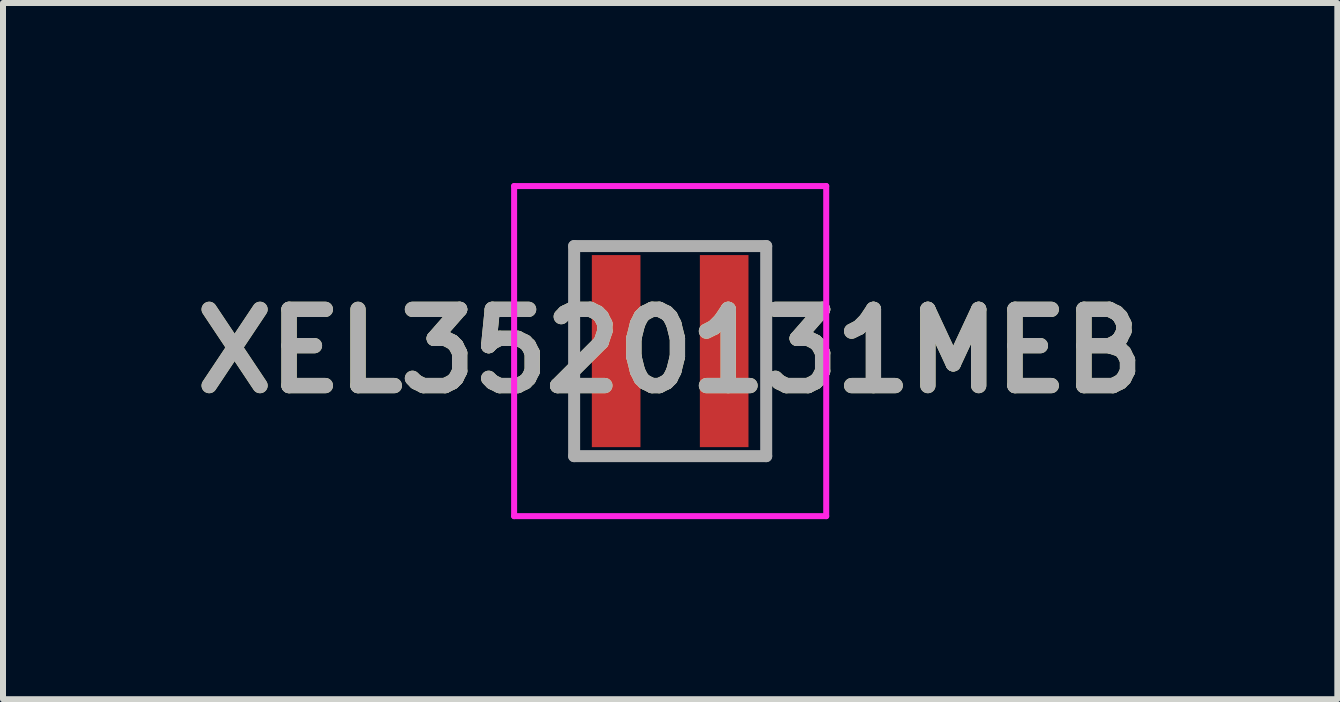
<source format=kicad_pcb>
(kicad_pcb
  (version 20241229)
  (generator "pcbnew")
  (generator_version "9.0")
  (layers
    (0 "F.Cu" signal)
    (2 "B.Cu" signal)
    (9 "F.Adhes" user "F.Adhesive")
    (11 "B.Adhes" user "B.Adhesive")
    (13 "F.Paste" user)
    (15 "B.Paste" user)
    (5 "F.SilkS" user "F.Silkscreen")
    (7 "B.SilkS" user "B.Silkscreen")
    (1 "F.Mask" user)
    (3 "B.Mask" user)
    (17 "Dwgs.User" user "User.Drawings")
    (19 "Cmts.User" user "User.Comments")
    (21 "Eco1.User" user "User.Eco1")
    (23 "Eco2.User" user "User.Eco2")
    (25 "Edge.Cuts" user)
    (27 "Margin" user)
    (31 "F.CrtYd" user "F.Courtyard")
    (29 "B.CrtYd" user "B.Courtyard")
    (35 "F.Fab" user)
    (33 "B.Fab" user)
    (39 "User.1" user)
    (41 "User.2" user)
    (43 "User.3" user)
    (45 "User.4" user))
  (footprint "XEL3520131MEB"
    (layer "F.Cu")
    (at 8.116 2.8)
    (property "Reference" "XEL3520131MEB" (at 0 0 0) (layer "F.SilkS") (effects (font (size 1.27 1.27) (thickness 0.254))))
    (attr smd)
    (fp_line (start -0.2 -1.75) (end 0.2 -1.75) (stroke (width 0.1) (type solid)) (layer "F.SilkS"))
    (fp_line (start -0.2 1.75) (end 0.2 1.75) (stroke (width 0.1) (type solid)) (layer "F.SilkS"))
    (fp_line (start -2.6 -2.75) (end 2.6 -2.75) (stroke (width 0.1) (type solid)) (layer "F.CrtYd"))
    (fp_line (start -2.6 2.75) (end -2.6 -2.75) (stroke (width 0.1) (type solid)) (layer "F.CrtYd"))
    (fp_line (start 2.6 -2.75) (end 2.6 2.75) (stroke (width 0.1) (type solid)) (layer "F.CrtYd"))
    (fp_line (start 2.6 2.75) (end -2.6 2.75) (stroke (width 0.1) (type solid)) (layer "F.CrtYd"))
    (fp_line (start -1.6 -1.75) (end 1.6 -1.75) (stroke (width 0.2) (type solid)) (layer "F.Fab"))
    (fp_line (start -1.6 1.75) (end -1.6 -1.75) (stroke (width 0.2) (type solid)) (layer "F.Fab"))
    (fp_line (start 1.6 -1.75) (end 1.6 1.75) (stroke (width 0.2) (type solid)) (layer "F.Fab"))
    (fp_line (start 1.6 1.75) (end -1.6 1.75) (stroke (width 0.2) (type solid)) (layer "F.Fab"))
    (fp_text user "${REFERENCE}" (at 0 0 0) (layer "F.Fab") (effects (font (size 1.27 1.27) (thickness 0.254))))
    (pad "1" smd rect (at -0.9 0) (size 0.81 3.2) (layers "F.Cu" "F.Mask" "F.Paste"))
    (pad "2" smd rect (at 0.9 0) (size 0.81 3.2) (layers "F.Cu" "F.Mask" "F.Paste")))
  (gr_rect
    (start -3 -3)
    (end 19.232 8.6)
    (stroke (width 0.1) (type default))
    (fill no)
    (layer "Edge.Cuts")))
</source>
